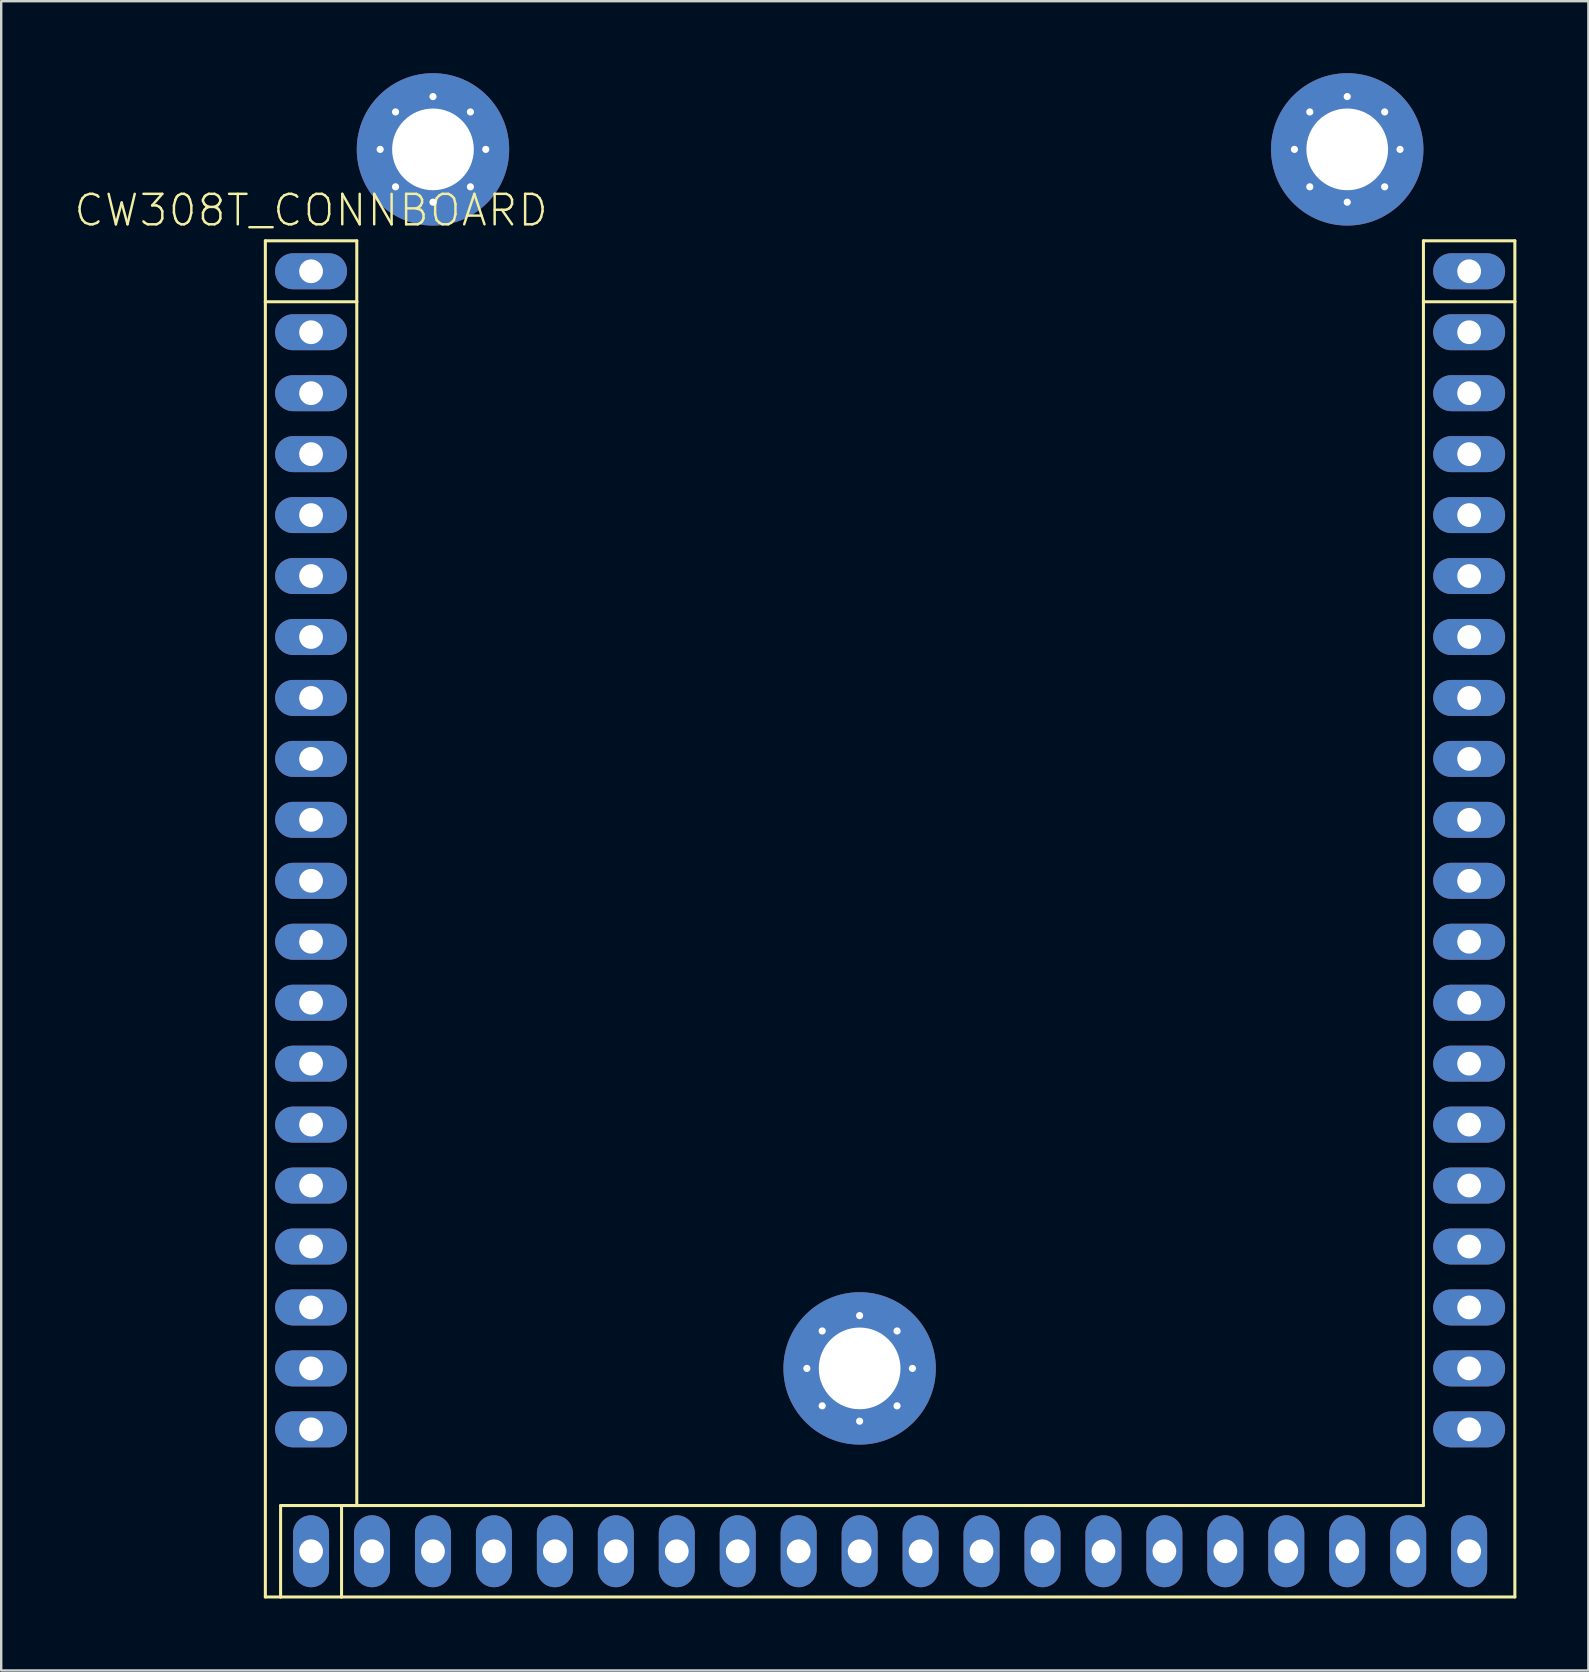
<source format=kicad_pcb>
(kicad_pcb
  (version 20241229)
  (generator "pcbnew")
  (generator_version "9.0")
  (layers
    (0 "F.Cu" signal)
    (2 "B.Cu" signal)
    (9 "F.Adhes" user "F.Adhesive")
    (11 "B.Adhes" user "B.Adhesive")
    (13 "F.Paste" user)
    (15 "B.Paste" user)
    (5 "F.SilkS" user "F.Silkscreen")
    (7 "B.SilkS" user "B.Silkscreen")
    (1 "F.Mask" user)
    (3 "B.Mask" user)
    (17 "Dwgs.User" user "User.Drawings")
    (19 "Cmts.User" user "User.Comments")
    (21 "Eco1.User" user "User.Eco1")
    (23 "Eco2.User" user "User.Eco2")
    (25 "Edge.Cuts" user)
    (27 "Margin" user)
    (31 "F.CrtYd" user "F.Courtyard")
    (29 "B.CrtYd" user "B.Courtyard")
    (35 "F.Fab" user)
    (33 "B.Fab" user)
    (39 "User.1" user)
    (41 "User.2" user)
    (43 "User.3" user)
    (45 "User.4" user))
  (footprint "CW308T_CONNBOARD"
    (layer "F.Cu")
    (at 9.913 8.255)
    (property "Reference" "CW308T_CONNBOARD" (at 0 -2.54 0) (layer "F.SilkS") (effects (font (size 1.27 1.27) (thickness 0.102))))
    (attr exclude_from_pos_files exclude_from_bom)
    (fp_line (start -1.905 -1.27) (end 1.905 -1.27) (stroke (width 0.127) (type solid)) (layer "F.SilkS"))
    (fp_line (start -1.905 1.27) (end -1.905 -1.27) (stroke (width 0.127) (type solid)) (layer "F.SilkS"))
    (fp_line (start -1.905 1.27) (end 1.905 1.27) (stroke (width 0.127) (type solid)) (layer "F.SilkS"))
    (fp_line (start -1.905 55.245) (end -1.905 1.27) (stroke (width 0.127) (type solid)) (layer "F.SilkS"))
    (fp_line (start -1.27 51.435) (end -1.27 55.245) (stroke (width 0.127) (type solid)) (layer "F.SilkS"))
    (fp_line (start -1.27 55.245) (end -1.905 55.245) (stroke (width 0.127) (type solid)) (layer "F.SilkS"))
    (fp_line (start 1.27 51.435) (end -1.27 51.435) (stroke (width 0.127) (type solid)) (layer "F.SilkS"))
    (fp_line (start 1.27 51.435) (end 1.905 51.435) (stroke (width 0.127) (type solid)) (layer "F.SilkS"))
    (fp_line (start 1.27 55.245) (end -1.27 55.245) (stroke (width 0.127) (type solid)) (layer "F.SilkS"))
    (fp_line (start 1.27 55.245) (end 1.27 51.435) (stroke (width 0.127) (type solid)) (layer "F.SilkS"))
    (fp_line (start 1.905 -1.27) (end 1.905 1.27) (stroke (width 0.127) (type solid)) (layer "F.SilkS"))
    (fp_line (start 1.905 1.27) (end 1.905 51.435) (stroke (width 0.127) (type solid)) (layer "F.SilkS"))
    (fp_line (start 1.905 51.435) (end 46.355 51.435) (stroke (width 0.127) (type solid)) (layer "F.SilkS"))
    (fp_line (start 46.355 -1.27) (end 50.165 -1.27) (stroke (width 0.127) (type solid)) (layer "F.SilkS"))
    (fp_line (start 46.355 1.27) (end 46.355 -1.27) (stroke (width 0.127) (type solid)) (layer "F.SilkS"))
    (fp_line (start 46.355 1.27) (end 50.165 1.27) (stroke (width 0.127) (type solid)) (layer "F.SilkS"))
    (fp_line (start 46.355 51.435) (end 46.355 1.27) (stroke (width 0.127) (type solid)) (layer "F.SilkS"))
    (fp_line (start 50.165 -1.27) (end 50.165 1.27) (stroke (width 0.127) (type solid)) (layer "F.SilkS"))
    (fp_line (start 50.165 1.27) (end 50.165 55.245) (stroke (width 0.127) (type solid)) (layer "F.SilkS"))
    (fp_line (start 50.165 55.245) (end 1.27 55.245) (stroke (width 0.127) (type solid)) (layer "F.SilkS"))
    (pad "" np_thru_hole circle (at 2.88 -5.08) (size 0.3 0.3) (drill 0.3) (layers "*.Cu"))
    (pad "" np_thru_hole circle (at 3.52 -6.64) (size 0.3 0.3) (drill 0.3) (layers "*.Cu"))
    (pad "" np_thru_hole circle (at 3.52 -3.52) (size 0.3 0.3) (drill 0.3) (layers "*.Cu"))
    (pad "" np_thru_hole circle (at 5.08 -7.28) (size 0.3 0.3) (drill 0.3) (layers "*.Cu"))
    (pad "" np_thru_hole circle (at 5.08 -2.88) (size 0.3 0.3) (drill 0.3) (layers "*.Cu"))
    (pad "" np_thru_hole circle (at 6.64 -6.64) (size 0.3 0.3) (drill 0.3) (layers "*.Cu"))
    (pad "" np_thru_hole circle (at 6.64 -3.52) (size 0.3 0.3) (drill 0.3) (layers "*.Cu"))
    (pad "" np_thru_hole circle (at 7.28 -5.08) (size 0.3 0.3) (drill 0.3) (layers "*.Cu"))
    (pad "" np_thru_hole circle (at 20.66 45.72) (size 0.3 0.3) (drill 0.3) (layers "*.Cu"))
    (pad "" np_thru_hole circle (at 21.3 44.16) (size 0.3 0.3) (drill 0.3) (layers "*.Cu"))
    (pad "" np_thru_hole circle (at 21.3 47.28) (size 0.3 0.3) (drill 0.3) (layers "*.Cu"))
    (pad "" np_thru_hole circle (at 22.86 43.52) (size 0.3 0.3) (drill 0.3) (layers "*.Cu"))
    (pad "" np_thru_hole circle (at 22.86 47.92) (size 0.3 0.3) (drill 0.3) (layers "*.Cu"))
    (pad "" np_thru_hole circle (at 24.42 44.16) (size 0.3 0.3) (drill 0.3) (layers "*.Cu"))
    (pad "" np_thru_hole circle (at 24.42 47.28) (size 0.3 0.3) (drill 0.3) (layers "*.Cu"))
    (pad "" np_thru_hole circle (at 25.06 45.72) (size 0.3 0.3) (drill 0.3) (layers "*.Cu"))
    (pad "" np_thru_hole circle (at 40.98 -5.08) (size 0.3 0.3) (drill 0.3) (layers "*.Cu"))
    (pad "" np_thru_hole circle (at 41.62 -6.64) (size 0.3 0.3) (drill 0.3) (layers "*.Cu"))
    (pad "" np_thru_hole circle (at 41.62 -3.52) (size 0.3 0.3) (drill 0.3) (layers "*.Cu"))
    (pad "" np_thru_hole circle (at 43.18 -7.28) (size 0.3 0.3) (drill 0.3) (layers "*.Cu"))
    (pad "" np_thru_hole circle (at 43.18 -2.88) (size 0.3 0.3) (drill 0.3) (layers "*.Cu"))
    (pad "" np_thru_hole circle (at 44.74 -6.64) (size 0.3 0.3) (drill 0.3) (layers "*.Cu"))
    (pad "" np_thru_hole circle (at 44.74 -3.52) (size 0.3 0.3) (drill 0.3) (layers "*.Cu"))
    (pad "" np_thru_hole circle (at 45.38 -5.08) (size 0.3 0.3) (drill 0.3) (layers "*.Cu"))
    (pad "A1" thru_hole oval (at 0 0 90) (size 1.499 2.997) (drill 0.991) (layers "*.Cu" "*.Paste" "*.Mask"))
    (pad "A2" thru_hole oval (at 0 2.54 90) (size 1.499 2.997) (drill 0.991) (layers "*.Cu" "*.Paste" "*.Mask"))
    (pad "A3" thru_hole oval (at 0 5.08 90) (size 1.499 2.997) (drill 0.991) (layers "*.Cu" "*.Paste" "*.Mask"))
    (pad "A4" thru_hole oval (at 0 7.62 90) (size 1.499 2.997) (drill 0.991) (layers "*.Cu" "*.Paste" "*.Mask"))
    (pad "A5" thru_hole oval (at 0 10.16 90) (size 1.499 2.997) (drill 0.991) (layers "*.Cu" "*.Paste" "*.Mask"))
    (pad "A6" thru_hole oval (at 0 12.7 90) (size 1.499 2.997) (drill 0.991) (layers "*.Cu" "*.Paste" "*.Mask"))
    (pad "A7" thru_hole oval (at 0 15.24 90) (size 1.499 2.997) (drill 0.991) (layers "*.Cu" "*.Paste" "*.Mask"))
    (pad "A8" thru_hole oval (at 0 17.78 90) (size 1.499 2.997) (drill 0.991) (layers "*.Cu" "*.Paste" "*.Mask"))
    (pad "A9" thru_hole oval (at 0 20.32 90) (size 1.499 2.997) (drill 0.991) (layers "*.Cu" "*.Paste" "*.Mask"))
    (pad "A10" thru_hole oval (at 0 22.86 90) (size 1.499 2.997) (drill 0.991) (layers "*.Cu" "*.Paste" "*.Mask"))
    (pad "A11" thru_hole oval (at 0 25.4 90) (size 1.499 2.997) (drill 0.991) (layers "*.Cu" "*.Paste" "*.Mask"))
    (pad "A12" thru_hole oval (at 0 27.94 90) (size 1.499 2.997) (drill 0.991) (layers "*.Cu" "*.Paste" "*.Mask"))
    (pad "A13" thru_hole oval (at 0 30.48 90) (size 1.499 2.997) (drill 0.991) (layers "*.Cu" "*.Paste" "*.Mask"))
    (pad "A14" thru_hole oval (at 0 33.02 90) (size 1.499 2.997) (drill 0.991) (layers "*.Cu" "*.Paste" "*.Mask"))
    (pad "A15" thru_hole oval (at 0 35.56 90) (size 1.499 2.997) (drill 0.991) (layers "*.Cu" "*.Paste" "*.Mask"))
    (pad "A16" thru_hole oval (at 0 38.1 90) (size 1.499 2.997) (drill 0.991) (layers "*.Cu" "*.Paste" "*.Mask"))
    (pad "A17" thru_hole oval (at 0 40.64 90) (size 1.499 2.997) (drill 0.991) (layers "*.Cu" "*.Paste" "*.Mask"))
    (pad "A18" thru_hole oval (at 0 43.18 90) (size 1.499 2.997) (drill 0.991) (layers "*.Cu" "*.Paste" "*.Mask"))
    (pad "A19" thru_hole oval (at 0 45.72 90) (size 1.499 2.997) (drill 0.991) (layers "*.Cu" "*.Paste" "*.Mask"))
    (pad "A20" thru_hole oval (at 0 48.26 90) (size 1.499 2.997) (drill 0.991) (layers "*.Cu" "*.Paste" "*.Mask"))
    (pad "B1" thru_hole oval (at 0 53.34 180) (size 1.499 2.997) (drill 0.991) (layers "*.Cu" "*.Paste" "*.Mask"))
    (pad "B2" thru_hole oval (at 2.54 53.34 180) (size 1.499 2.997) (drill 0.991) (layers "*.Cu" "*.Paste" "*.Mask"))
    (pad "B3" thru_hole oval (at 5.08 53.34 180) (size 1.499 2.997) (drill 0.991) (layers "*.Cu" "*.Paste" "*.Mask"))
    (pad "B4" thru_hole oval (at 7.62 53.34 180) (size 1.499 2.997) (drill 0.991) (layers "*.Cu" "*.Paste" "*.Mask"))
    (pad "B5" thru_hole oval (at 10.16 53.34 180) (size 1.499 2.997) (drill 0.991) (layers "*.Cu" "*.Paste" "*.Mask"))
    (pad "B6" thru_hole oval (at 12.7 53.34 180) (size 1.499 2.997) (drill 0.991) (layers "*.Cu" "*.Paste" "*.Mask"))
    (pad "B7" thru_hole oval (at 15.24 53.34 180) (size 1.499 2.997) (drill 0.991) (layers "*.Cu" "*.Paste" "*.Mask"))
    (pad "B8" thru_hole oval (at 17.78 53.34 180) (size 1.499 2.997) (drill 0.991) (layers "*.Cu" "*.Paste" "*.Mask"))
    (pad "B9" thru_hole oval (at 20.32 53.34 180) (size 1.499 2.997) (drill 0.991) (layers "*.Cu" "*.Paste" "*.Mask"))
    (pad "B10" thru_hole oval (at 22.86 53.34 180) (size 1.499 2.997) (drill 0.991) (layers "*.Cu" "*.Paste" "*.Mask"))
    (pad "B11" thru_hole oval (at 25.4 53.34 180) (size 1.499 2.997) (drill 0.991) (layers "*.Cu" "*.Paste" "*.Mask"))
    (pad "B12" thru_hole oval (at 27.94 53.34 180) (size 1.499 2.997) (drill 0.991) (layers "*.Cu" "*.Paste" "*.Mask"))
    (pad "B13" thru_hole oval (at 30.48 53.34 180) (size 1.499 2.997) (drill 0.991) (layers "*.Cu" "*.Paste" "*.Mask"))
    (pad "B14" thru_hole oval (at 33.02 53.34 180) (size 1.499 2.997) (drill 0.991) (layers "*.Cu" "*.Paste" "*.Mask"))
    (pad "B15" thru_hole oval (at 35.56 53.34 180) (size 1.499 2.997) (drill 0.991) (layers "*.Cu" "*.Paste" "*.Mask"))
    (pad "B16" thru_hole oval (at 38.1 53.34 180) (size 1.499 2.997) (drill 0.991) (layers "*.Cu" "*.Paste" "*.Mask"))
    (pad "B17" thru_hole oval (at 40.64 53.34 180) (size 1.499 2.997) (drill 0.991) (layers "*.Cu" "*.Paste" "*.Mask"))
    (pad "B18" thru_hole oval (at 43.18 53.34 180) (size 1.499 2.997) (drill 0.991) (layers "*.Cu" "*.Paste" "*.Mask"))
    (pad "B19" thru_hole oval (at 45.72 53.34 180) (size 1.499 2.997) (drill 0.991) (layers "*.Cu" "*.Paste" "*.Mask"))
    (pad "B20" thru_hole oval (at 48.26 53.34 180) (size 1.499 2.997) (drill 0.991) (layers "*.Cu" "*.Paste" "*.Mask"))
    (pad "C1" thru_hole oval (at 48.26 0 90) (size 1.499 2.997) (drill 0.991) (layers "*.Cu" "*.Paste" "*.Mask"))
    (pad "C2" thru_hole oval (at 48.26 2.54 90) (size 1.499 2.997) (drill 0.991) (layers "*.Cu" "*.Paste" "*.Mask"))
    (pad "C3" thru_hole oval (at 48.26 5.08 90) (size 1.499 2.997) (drill 0.991) (layers "*.Cu" "*.Paste" "*.Mask"))
    (pad "C4" thru_hole oval (at 48.26 7.62 90) (size 1.499 2.997) (drill 0.991) (layers "*.Cu" "*.Paste" "*.Mask"))
    (pad "C5" thru_hole oval (at 48.26 10.16 90) (size 1.499 2.997) (drill 0.991) (layers "*.Cu" "*.Paste" "*.Mask"))
    (pad "C6" thru_hole oval (at 48.26 12.7 90) (size 1.499 2.997) (drill 0.991) (layers "*.Cu" "*.Paste" "*.Mask"))
    (pad "C7" thru_hole oval (at 48.26 15.24 90) (size 1.499 2.997) (drill 0.991) (layers "*.Cu" "*.Paste" "*.Mask"))
    (pad "C8" thru_hole oval (at 48.26 17.78 90) (size 1.499 2.997) (drill 0.991) (layers "*.Cu" "*.Paste" "*.Mask"))
    (pad "C9" thru_hole oval (at 48.26 20.32 90) (size 1.499 2.997) (drill 0.991) (layers "*.Cu" "*.Paste" "*.Mask"))
    (pad "C10" thru_hole oval (at 48.26 22.86 90) (size 1.499 2.997) (drill 0.991) (layers "*.Cu" "*.Paste" "*.Mask"))
    (pad "C11" thru_hole oval (at 48.26 25.4 90) (size 1.499 2.997) (drill 0.991) (layers "*.Cu" "*.Paste" "*.Mask"))
    (pad "C12" thru_hole oval (at 48.26 27.94 90) (size 1.499 2.997) (drill 0.991) (layers "*.Cu" "*.Paste" "*.Mask"))
    (pad "C13" thru_hole oval (at 48.26 30.48 90) (size 1.499 2.997) (drill 0.991) (layers "*.Cu" "*.Paste" "*.Mask"))
    (pad "C14" thru_hole oval (at 48.26 33.02 90) (size 1.499 2.997) (drill 0.991) (layers "*.Cu" "*.Paste" "*.Mask"))
    (pad "C15" thru_hole oval (at 48.26 35.56 90) (size 1.499 2.997) (drill 0.991) (layers "*.Cu" "*.Paste" "*.Mask"))
    (pad "C16" thru_hole oval (at 48.26 38.1 90) (size 1.499 2.997) (drill 0.991) (layers "*.Cu" "*.Paste" "*.Mask"))
    (pad "C17" thru_hole oval (at 48.26 40.64 90) (size 1.499 2.997) (drill 0.991) (layers "*.Cu" "*.Paste" "*.Mask"))
    (pad "C18" thru_hole oval (at 48.26 43.18 90) (size 1.499 2.997) (drill 0.991) (layers "*.Cu" "*.Paste" "*.Mask"))
    (pad "C19" thru_hole oval (at 48.26 45.72 90) (size 1.499 2.997) (drill 0.991) (layers "*.Cu" "*.Paste" "*.Mask"))
    (pad "C20" thru_hole oval (at 48.26 48.26 90) (size 1.499 2.997) (drill 0.991) (layers "*.Cu" "*.Paste" "*.Mask"))
    (pad "MH1" thru_hole circle (at 5.08 -5.08 90) (size 6.35 6.35) (drill 3.404) (layers "*.Cu" "*.Paste" "*.Mask"))
    (pad "MH2" thru_hole circle (at 43.18 -5.08 90) (size 6.35 6.35) (drill 3.404) (layers "*.Cu" "*.Paste" "*.Mask"))
    (pad "MH3" thru_hole circle (at 22.86 45.72 90) (size 6.35 6.35) (drill 3.404) (layers "*.Cu" "*.Paste" "*.Mask")))
  (gr_rect
    (start -3 -3)
    (end 63.142 66.564)
    (stroke (width 0.1) (type default))
    (fill no)
    (layer "Edge.Cuts")))
</source>
